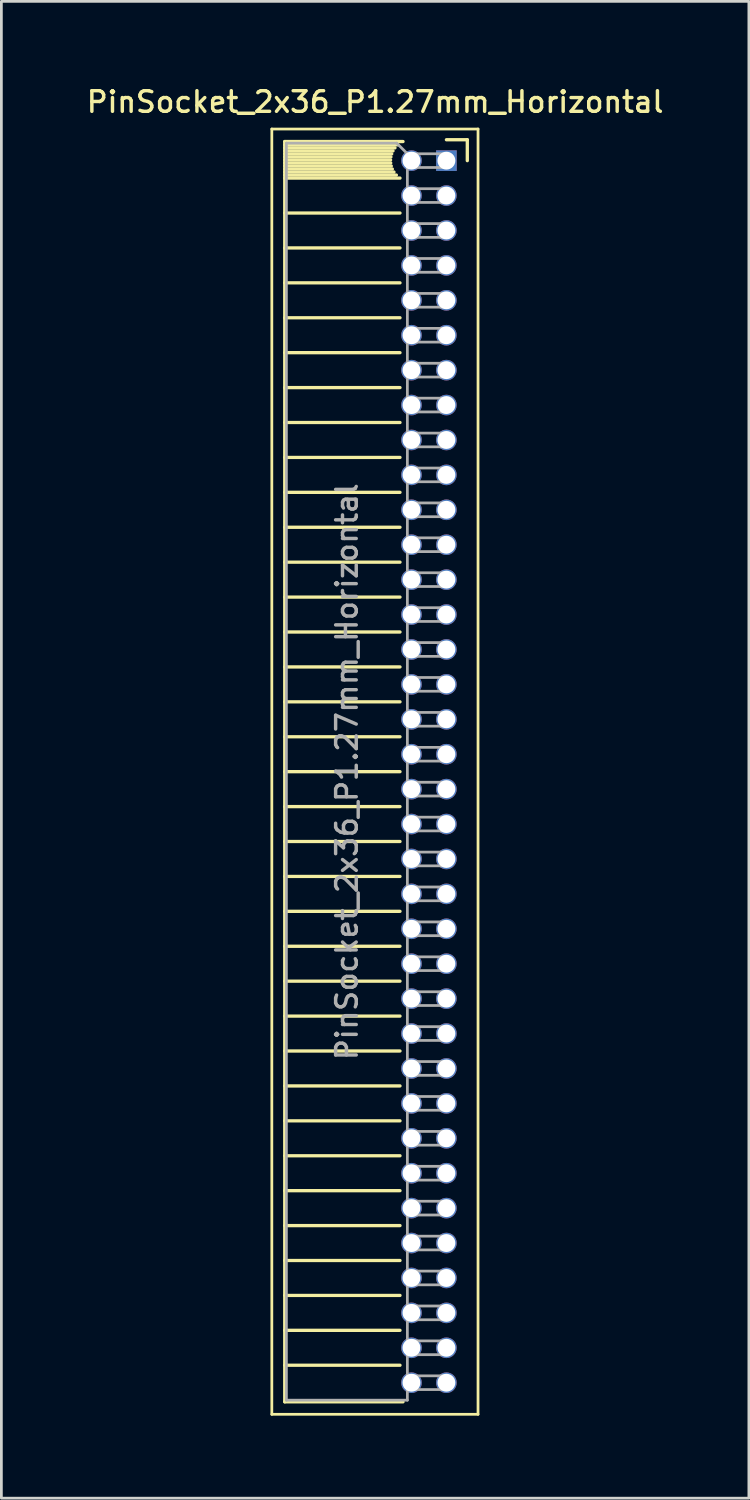
<source format=kicad_pcb>
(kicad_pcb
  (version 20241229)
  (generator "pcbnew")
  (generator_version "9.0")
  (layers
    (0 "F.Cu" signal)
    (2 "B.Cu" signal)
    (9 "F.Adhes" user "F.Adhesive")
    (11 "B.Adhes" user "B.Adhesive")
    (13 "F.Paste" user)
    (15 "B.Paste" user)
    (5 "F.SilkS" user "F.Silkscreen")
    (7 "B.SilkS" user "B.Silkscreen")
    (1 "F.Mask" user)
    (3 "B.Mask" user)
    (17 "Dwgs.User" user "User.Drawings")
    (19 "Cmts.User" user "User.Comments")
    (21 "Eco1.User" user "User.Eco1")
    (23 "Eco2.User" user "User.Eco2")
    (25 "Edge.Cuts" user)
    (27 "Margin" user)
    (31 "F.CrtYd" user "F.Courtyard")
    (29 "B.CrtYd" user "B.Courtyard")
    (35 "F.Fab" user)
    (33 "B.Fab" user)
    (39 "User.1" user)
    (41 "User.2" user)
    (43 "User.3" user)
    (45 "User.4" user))
  (footprint "PinSocket_2x36_P1.27mm_Horizontal"
    (layer "F.Cu")
    (at 13.187 2.793)
    (property "Reference" "PinSocket_2x36_P1.27mm_Horizontal" (at -2.592 -2.135 0) (layer "F.SilkS") (effects (font (size 0.75 0.75) (thickness 0.125))))
    (attr through_hole)
    (fp_line (start -6.35 -1.15) (end -6.35 45.6) (stroke (width 0.1) (type solid)) (layer "F.SilkS"))
    (fp_line (start -6.35 45.6) (end 1.15 45.6) (stroke (width 0.1) (type solid)) (layer "F.SilkS"))
    (fp_line (start -5.88 -0.695) (end -5.88 45.145) (stroke (width 0.12) (type solid)) (layer "F.SilkS"))
    (fp_line (start -5.88 -0.695) (end -1.578 -0.695) (stroke (width 0.12) (type solid)) (layer "F.SilkS"))
    (fp_line (start -5.88 -0.575) (end -1.767 -0.575) (stroke (width 0.12) (type solid)) (layer "F.SilkS"))
    (fp_line (start -5.88 -0.465) (end -1.871 -0.465) (stroke (width 0.12) (type solid)) (layer "F.SilkS"))
    (fp_line (start -5.88 -0.355) (end -1.942 -0.355) (stroke (width 0.12) (type solid)) (layer "F.SilkS"))
    (fp_line (start -5.88 -0.245) (end -1.989 -0.245) (stroke (width 0.12) (type solid)) (layer "F.SilkS"))
    (fp_line (start -5.88 -0.135) (end -2.018 -0.135) (stroke (width 0.12) (type solid)) (layer "F.SilkS"))
    (fp_line (start -5.88 -0.025) (end -2.03 -0.025) (stroke (width 0.12) (type solid)) (layer "F.SilkS"))
    (fp_line (start -5.88 0.085) (end -2.025 0.085) (stroke (width 0.12) (type solid)) (layer "F.SilkS"))
    (fp_line (start -5.88 0.195) (end -2.005 0.195) (stroke (width 0.12) (type solid)) (layer "F.SilkS"))
    (fp_line (start -5.88 0.305) (end -1.966 0.305) (stroke (width 0.12) (type solid)) (layer "F.SilkS"))
    (fp_line (start -5.88 0.415) (end -1.907 0.415) (stroke (width 0.12) (type solid)) (layer "F.SilkS"))
    (fp_line (start -5.88 0.525) (end -1.82 0.525) (stroke (width 0.12) (type solid)) (layer "F.SilkS"))
    (fp_line (start -5.88 0.635) (end -1.688 0.635) (stroke (width 0.12) (type solid)) (layer "F.SilkS"))
    (fp_line (start -5.88 1.905) (end -1.688 1.905) (stroke (width 0.12) (type solid)) (layer "F.SilkS"))
    (fp_line (start -5.88 3.175) (end -1.688 3.175) (stroke (width 0.12) (type solid)) (layer "F.SilkS"))
    (fp_line (start -5.88 4.445) (end -1.688 4.445) (stroke (width 0.12) (type solid)) (layer "F.SilkS"))
    (fp_line (start -5.88 5.715) (end -1.688 5.715) (stroke (width 0.12) (type solid)) (layer "F.SilkS"))
    (fp_line (start -5.88 6.985) (end -1.688 6.985) (stroke (width 0.12) (type solid)) (layer "F.SilkS"))
    (fp_line (start -5.88 8.255) (end -1.688 8.255) (stroke (width 0.12) (type solid)) (layer "F.SilkS"))
    (fp_line (start -5.88 9.525) (end -1.688 9.525) (stroke (width 0.12) (type solid)) (layer "F.SilkS"))
    (fp_line (start -5.88 10.795) (end -1.688 10.795) (stroke (width 0.12) (type solid)) (layer "F.SilkS"))
    (fp_line (start -5.88 12.065) (end -1.688 12.065) (stroke (width 0.12) (type solid)) (layer "F.SilkS"))
    (fp_line (start -5.88 13.335) (end -1.688 13.335) (stroke (width 0.12) (type solid)) (layer "F.SilkS"))
    (fp_line (start -5.88 14.605) (end -1.688 14.605) (stroke (width 0.12) (type solid)) (layer "F.SilkS"))
    (fp_line (start -5.88 15.875) (end -1.688 15.875) (stroke (width 0.12) (type solid)) (layer "F.SilkS"))
    (fp_line (start -5.88 17.145) (end -1.688 17.145) (stroke (width 0.12) (type solid)) (layer "F.SilkS"))
    (fp_line (start -5.88 18.415) (end -1.688 18.415) (stroke (width 0.12) (type solid)) (layer "F.SilkS"))
    (fp_line (start -5.88 19.685) (end -1.688 19.685) (stroke (width 0.12) (type solid)) (layer "F.SilkS"))
    (fp_line (start -5.88 20.955) (end -1.688 20.955) (stroke (width 0.12) (type solid)) (layer "F.SilkS"))
    (fp_line (start -5.88 22.225) (end -1.688 22.225) (stroke (width 0.12) (type solid)) (layer "F.SilkS"))
    (fp_line (start -5.88 23.495) (end -1.688 23.495) (stroke (width 0.12) (type solid)) (layer "F.SilkS"))
    (fp_line (start -5.88 24.765) (end -1.688 24.765) (stroke (width 0.12) (type solid)) (layer "F.SilkS"))
    (fp_line (start -5.88 26.035) (end -1.688 26.035) (stroke (width 0.12) (type solid)) (layer "F.SilkS"))
    (fp_line (start -5.88 27.305) (end -1.688 27.305) (stroke (width 0.12) (type solid)) (layer "F.SilkS"))
    (fp_line (start -5.88 28.575) (end -1.688 28.575) (stroke (width 0.12) (type solid)) (layer "F.SilkS"))
    (fp_line (start -5.88 29.845) (end -1.688 29.845) (stroke (width 0.12) (type solid)) (layer "F.SilkS"))
    (fp_line (start -5.88 31.115) (end -1.688 31.115) (stroke (width 0.12) (type solid)) (layer "F.SilkS"))
    (fp_line (start -5.88 32.385) (end -1.688 32.385) (stroke (width 0.12) (type solid)) (layer "F.SilkS"))
    (fp_line (start -5.88 33.655) (end -1.688 33.655) (stroke (width 0.12) (type solid)) (layer "F.SilkS"))
    (fp_line (start -5.88 34.925) (end -1.688 34.925) (stroke (width 0.12) (type solid)) (layer "F.SilkS"))
    (fp_line (start -5.88 36.195) (end -1.688 36.195) (stroke (width 0.12) (type solid)) (layer "F.SilkS"))
    (fp_line (start -5.88 37.465) (end -1.688 37.465) (stroke (width 0.12) (type solid)) (layer "F.SilkS"))
    (fp_line (start -5.88 38.735) (end -1.688 38.735) (stroke (width 0.12) (type solid)) (layer "F.SilkS"))
    (fp_line (start -5.88 40.005) (end -1.688 40.005) (stroke (width 0.12) (type solid)) (layer "F.SilkS"))
    (fp_line (start -5.88 41.275) (end -1.688 41.275) (stroke (width 0.12) (type solid)) (layer "F.SilkS"))
    (fp_line (start -5.88 42.545) (end -1.688 42.545) (stroke (width 0.12) (type solid)) (layer "F.SilkS"))
    (fp_line (start -5.88 43.815) (end -1.688 43.815) (stroke (width 0.12) (type solid)) (layer "F.SilkS"))
    (fp_line (start -5.88 45.145) (end -1.578 45.145) (stroke (width 0.12) (type solid)) (layer "F.SilkS"))
    (fp_line (start 0 -0.76) (end 0.76 -0.76) (stroke (width 0.12) (type solid)) (layer "F.SilkS"))
    (fp_line (start 0.76 -0.76) (end 0.76 0) (stroke (width 0.12) (type solid)) (layer "F.SilkS"))
    (fp_line (start 1.15 -1.15) (end -6.35 -1.15) (stroke (width 0.1) (type solid)) (layer "F.SilkS"))
    (fp_line (start 1.15 45.6) (end 1.15 -1.15) (stroke (width 0.1) (type solid)) (layer "F.SilkS"))
    (fp_line (start -5.82 -0.635) (end -1.805 -0.635) (stroke (width 0.1) (type solid)) (layer "F.Fab"))
    (fp_line (start -5.82 45.085) (end -5.82 -0.635) (stroke (width 0.1) (type solid)) (layer "F.Fab"))
    (fp_line (start -1.805 -0.635) (end -1.42 -0.25) (stroke (width 0.1) (type solid)) (layer "F.Fab"))
    (fp_line (start -1.42 -0.25) (end -1.42 45.085) (stroke (width 0.1) (type solid)) (layer "F.Fab"))
    (fp_line (start -1.42 0.25) (end 0 0.25) (stroke (width 0.1) (type solid)) (layer "F.Fab"))
    (fp_line (start -1.42 1.52) (end 0 1.52) (stroke (width 0.1) (type solid)) (layer "F.Fab"))
    (fp_line (start -1.42 2.79) (end 0 2.79) (stroke (width 0.1) (type solid)) (layer "F.Fab"))
    (fp_line (start -1.42 4.06) (end 0 4.06) (stroke (width 0.1) (type solid)) (layer "F.Fab"))
    (fp_line (start -1.42 5.33) (end 0 5.33) (stroke (width 0.1) (type solid)) (layer "F.Fab"))
    (fp_line (start -1.42 6.6) (end 0 6.6) (stroke (width 0.1) (type solid)) (layer "F.Fab"))
    (fp_line (start -1.42 7.87) (end 0 7.87) (stroke (width 0.1) (type solid)) (layer "F.Fab"))
    (fp_line (start -1.42 9.14) (end 0 9.14) (stroke (width 0.1) (type solid)) (layer "F.Fab"))
    (fp_line (start -1.42 10.41) (end 0 10.41) (stroke (width 0.1) (type solid)) (layer "F.Fab"))
    (fp_line (start -1.42 11.68) (end 0 11.68) (stroke (width 0.1) (type solid)) (layer "F.Fab"))
    (fp_line (start -1.42 12.95) (end 0 12.95) (stroke (width 0.1) (type solid)) (layer "F.Fab"))
    (fp_line (start -1.42 14.22) (end 0 14.22) (stroke (width 0.1) (type solid)) (layer "F.Fab"))
    (fp_line (start -1.42 15.49) (end 0 15.49) (stroke (width 0.1) (type solid)) (layer "F.Fab"))
    (fp_line (start -1.42 16.76) (end 0 16.76) (stroke (width 0.1) (type solid)) (layer "F.Fab"))
    (fp_line (start -1.42 18.03) (end 0 18.03) (stroke (width 0.1) (type solid)) (layer "F.Fab"))
    (fp_line (start -1.42 19.3) (end 0 19.3) (stroke (width 0.1) (type solid)) (layer "F.Fab"))
    (fp_line (start -1.42 20.57) (end 0 20.57) (stroke (width 0.1) (type solid)) (layer "F.Fab"))
    (fp_line (start -1.42 21.84) (end 0 21.84) (stroke (width 0.1) (type solid)) (layer "F.Fab"))
    (fp_line (start -1.42 23.11) (end 0 23.11) (stroke (width 0.1) (type solid)) (layer "F.Fab"))
    (fp_line (start -1.42 24.38) (end 0 24.38) (stroke (width 0.1) (type solid)) (layer "F.Fab"))
    (fp_line (start -1.42 25.65) (end 0 25.65) (stroke (width 0.1) (type solid)) (layer "F.Fab"))
    (fp_line (start -1.42 26.92) (end 0 26.92) (stroke (width 0.1) (type solid)) (layer "F.Fab"))
    (fp_line (start -1.42 28.19) (end 0 28.19) (stroke (width 0.1) (type solid)) (layer "F.Fab"))
    (fp_line (start -1.42 29.46) (end 0 29.46) (stroke (width 0.1) (type solid)) (layer "F.Fab"))
    (fp_line (start -1.42 30.73) (end 0 30.73) (stroke (width 0.1) (type solid)) (layer "F.Fab"))
    (fp_line (start -1.42 32) (end 0 32) (stroke (width 0.1) (type solid)) (layer "F.Fab"))
    (fp_line (start -1.42 33.27) (end 0 33.27) (stroke (width 0.1) (type solid)) (layer "F.Fab"))
    (fp_line (start -1.42 34.54) (end 0 34.54) (stroke (width 0.1) (type solid)) (layer "F.Fab"))
    (fp_line (start -1.42 35.81) (end 0 35.81) (stroke (width 0.1) (type solid)) (layer "F.Fab"))
    (fp_line (start -1.42 37.08) (end 0 37.08) (stroke (width 0.1) (type solid)) (layer "F.Fab"))
    (fp_line (start -1.42 38.35) (end 0 38.35) (stroke (width 0.1) (type solid)) (layer "F.Fab"))
    (fp_line (start -1.42 39.62) (end 0 39.62) (stroke (width 0.1) (type solid)) (layer "F.Fab"))
    (fp_line (start -1.42 40.89) (end 0 40.89) (stroke (width 0.1) (type solid)) (layer "F.Fab"))
    (fp_line (start -1.42 42.16) (end 0 42.16) (stroke (width 0.1) (type solid)) (layer "F.Fab"))
    (fp_line (start -1.42 43.43) (end 0 43.43) (stroke (width 0.1) (type solid)) (layer "F.Fab"))
    (fp_line (start -1.42 44.7) (end 0 44.7) (stroke (width 0.1) (type solid)) (layer "F.Fab"))
    (fp_line (start -1.42 45.085) (end -5.82 45.085) (stroke (width 0.1) (type solid)) (layer "F.Fab"))
    (fp_line (start 0 -0.25) (end -1.42 -0.25) (stroke (width 0.1) (type solid)) (layer "F.Fab"))
    (fp_line (start 0 0.25) (end 0 -0.25) (stroke (width 0.1) (type solid)) (layer "F.Fab"))
    (fp_line (start 0 1.02) (end -1.42 1.02) (stroke (width 0.1) (type solid)) (layer "F.Fab"))
    (fp_line (start 0 1.52) (end 0 1.02) (stroke (width 0.1) (type solid)) (layer "F.Fab"))
    (fp_line (start 0 2.29) (end -1.42 2.29) (stroke (width 0.1) (type solid)) (layer "F.Fab"))
    (fp_line (start 0 2.79) (end 0 2.29) (stroke (width 0.1) (type solid)) (layer "F.Fab"))
    (fp_line (start 0 3.56) (end -1.42 3.56) (stroke (width 0.1) (type solid)) (layer "F.Fab"))
    (fp_line (start 0 4.06) (end 0 3.56) (stroke (width 0.1) (type solid)) (layer "F.Fab"))
    (fp_line (start 0 4.83) (end -1.42 4.83) (stroke (width 0.1) (type solid)) (layer "F.Fab"))
    (fp_line (start 0 5.33) (end 0 4.83) (stroke (width 0.1) (type solid)) (layer "F.Fab"))
    (fp_line (start 0 6.1) (end -1.42 6.1) (stroke (width 0.1) (type solid)) (layer "F.Fab"))
    (fp_line (start 0 6.6) (end 0 6.1) (stroke (width 0.1) (type solid)) (layer "F.Fab"))
    (fp_line (start 0 7.37) (end -1.42 7.37) (stroke (width 0.1) (type solid)) (layer "F.Fab"))
    (fp_line (start 0 7.87) (end 0 7.37) (stroke (width 0.1) (type solid)) (layer "F.Fab"))
    (fp_line (start 0 8.64) (end -1.42 8.64) (stroke (width 0.1) (type solid)) (layer "F.Fab"))
    (fp_line (start 0 9.14) (end 0 8.64) (stroke (width 0.1) (type solid)) (layer "F.Fab"))
    (fp_line (start 0 9.91) (end -1.42 9.91) (stroke (width 0.1) (type solid)) (layer "F.Fab"))
    (fp_line (start 0 10.41) (end 0 9.91) (stroke (width 0.1) (type solid)) (layer "F.Fab"))
    (fp_line (start 0 11.18) (end -1.42 11.18) (stroke (width 0.1) (type solid)) (layer "F.Fab"))
    (fp_line (start 0 11.68) (end 0 11.18) (stroke (width 0.1) (type solid)) (layer "F.Fab"))
    (fp_line (start 0 12.45) (end -1.42 12.45) (stroke (width 0.1) (type solid)) (layer "F.Fab"))
    (fp_line (start 0 12.95) (end 0 12.45) (stroke (width 0.1) (type solid)) (layer "F.Fab"))
    (fp_line (start 0 13.72) (end -1.42 13.72) (stroke (width 0.1) (type solid)) (layer "F.Fab"))
    (fp_line (start 0 14.22) (end 0 13.72) (stroke (width 0.1) (type solid)) (layer "F.Fab"))
    (fp_line (start 0 14.99) (end -1.42 14.99) (stroke (width 0.1) (type solid)) (layer "F.Fab"))
    (fp_line (start 0 15.49) (end 0 14.99) (stroke (width 0.1) (type solid)) (layer "F.Fab"))
    (fp_line (start 0 16.26) (end -1.42 16.26) (stroke (width 0.1) (type solid)) (layer "F.Fab"))
    (fp_line (start 0 16.76) (end 0 16.26) (stroke (width 0.1) (type solid)) (layer "F.Fab"))
    (fp_line (start 0 17.53) (end -1.42 17.53) (stroke (width 0.1) (type solid)) (layer "F.Fab"))
    (fp_line (start 0 18.03) (end 0 17.53) (stroke (width 0.1) (type solid)) (layer "F.Fab"))
    (fp_line (start 0 18.8) (end -1.42 18.8) (stroke (width 0.1) (type solid)) (layer "F.Fab"))
    (fp_line (start 0 19.3) (end 0 18.8) (stroke (width 0.1) (type solid)) (layer "F.Fab"))
    (fp_line (start 0 20.07) (end -1.42 20.07) (stroke (width 0.1) (type solid)) (layer "F.Fab"))
    (fp_line (start 0 20.57) (end 0 20.07) (stroke (width 0.1) (type solid)) (layer "F.Fab"))
    (fp_line (start 0 21.34) (end -1.42 21.34) (stroke (width 0.1) (type solid)) (layer "F.Fab"))
    (fp_line (start 0 21.84) (end 0 21.34) (stroke (width 0.1) (type solid)) (layer "F.Fab"))
    (fp_line (start 0 22.61) (end -1.42 22.61) (stroke (width 0.1) (type solid)) (layer "F.Fab"))
    (fp_line (start 0 23.11) (end 0 22.61) (stroke (width 0.1) (type solid)) (layer "F.Fab"))
    (fp_line (start 0 23.88) (end -1.42 23.88) (stroke (width 0.1) (type solid)) (layer "F.Fab"))
    (fp_line (start 0 24.38) (end 0 23.88) (stroke (width 0.1) (type solid)) (layer "F.Fab"))
    (fp_line (start 0 25.15) (end -1.42 25.15) (stroke (width 0.1) (type solid)) (layer "F.Fab"))
    (fp_line (start 0 25.65) (end 0 25.15) (stroke (width 0.1) (type solid)) (layer "F.Fab"))
    (fp_line (start 0 26.42) (end -1.42 26.42) (stroke (width 0.1) (type solid)) (layer "F.Fab"))
    (fp_line (start 0 26.92) (end 0 26.42) (stroke (width 0.1) (type solid)) (layer "F.Fab"))
    (fp_line (start 0 27.69) (end -1.42 27.69) (stroke (width 0.1) (type solid)) (layer "F.Fab"))
    (fp_line (start 0 28.19) (end 0 27.69) (stroke (width 0.1) (type solid)) (layer "F.Fab"))
    (fp_line (start 0 28.96) (end -1.42 28.96) (stroke (width 0.1) (type solid)) (layer "F.Fab"))
    (fp_line (start 0 29.46) (end 0 28.96) (stroke (width 0.1) (type solid)) (layer "F.Fab"))
    (fp_line (start 0 30.23) (end -1.42 30.23) (stroke (width 0.1) (type solid)) (layer "F.Fab"))
    (fp_line (start 0 30.73) (end 0 30.23) (stroke (width 0.1) (type solid)) (layer "F.Fab"))
    (fp_line (start 0 31.5) (end -1.42 31.5) (stroke (width 0.1) (type solid)) (layer "F.Fab"))
    (fp_line (start 0 32) (end 0 31.5) (stroke (width 0.1) (type solid)) (layer "F.Fab"))
    (fp_line (start 0 32.77) (end -1.42 32.77) (stroke (width 0.1) (type solid)) (layer "F.Fab"))
    (fp_line (start 0 33.27) (end 0 32.77) (stroke (width 0.1) (type solid)) (layer "F.Fab"))
    (fp_line (start 0 34.04) (end -1.42 34.04) (stroke (width 0.1) (type solid)) (layer "F.Fab"))
    (fp_line (start 0 34.54) (end 0 34.04) (stroke (width 0.1) (type solid)) (layer "F.Fab"))
    (fp_line (start 0 35.31) (end -1.42 35.31) (stroke (width 0.1) (type solid)) (layer "F.Fab"))
    (fp_line (start 0 35.81) (end 0 35.31) (stroke (width 0.1) (type solid)) (layer "F.Fab"))
    (fp_line (start 0 36.58) (end -1.42 36.58) (stroke (width 0.1) (type solid)) (layer "F.Fab"))
    (fp_line (start 0 37.08) (end 0 36.58) (stroke (width 0.1) (type solid)) (layer "F.Fab"))
    (fp_line (start 0 37.85) (end -1.42 37.85) (stroke (width 0.1) (type solid)) (layer "F.Fab"))
    (fp_line (start 0 38.35) (end 0 37.85) (stroke (width 0.1) (type solid)) (layer "F.Fab"))
    (fp_line (start 0 39.12) (end -1.42 39.12) (stroke (width 0.1) (type solid)) (layer "F.Fab"))
    (fp_line (start 0 39.62) (end 0 39.12) (stroke (width 0.1) (type solid)) (layer "F.Fab"))
    (fp_line (start 0 40.39) (end -1.42 40.39) (stroke (width 0.1) (type solid)) (layer "F.Fab"))
    (fp_line (start 0 40.89) (end 0 40.39) (stroke (width 0.1) (type solid)) (layer "F.Fab"))
    (fp_line (start 0 41.66) (end -1.42 41.66) (stroke (width 0.1) (type solid)) (layer "F.Fab"))
    (fp_line (start 0 42.16) (end 0 41.66) (stroke (width 0.1) (type solid)) (layer "F.Fab"))
    (fp_line (start 0 42.93) (end -1.42 42.93) (stroke (width 0.1) (type solid)) (layer "F.Fab"))
    (fp_line (start 0 43.43) (end 0 42.93) (stroke (width 0.1) (type solid)) (layer "F.Fab"))
    (fp_line (start 0 44.2) (end -1.42 44.2) (stroke (width 0.1) (type solid)) (layer "F.Fab"))
    (fp_line (start 0 44.7) (end 0 44.2) (stroke (width 0.1) (type solid)) (layer "F.Fab"))
    (fp_text user "${REFERENCE}" (at -3.62 22.225 90) (layer "F.Fab") (effects (font (size 0.75 0.75) (thickness 0.125))))
    (pad "1" thru_hole rect (at 0 0) (size 0.75 0.75) (drill 0.65) (layers "*.Cu" "*.Mask"))
    (pad "2" thru_hole oval (at -1.27 0) (size 0.75 0.75) (drill 0.65) (layers "*.Cu" "*.Mask"))
    (pad "3" thru_hole oval (at 0 1.27) (size 0.75 0.75) (drill 0.65) (layers "*.Cu" "*.Mask"))
    (pad "4" thru_hole oval (at -1.27 1.27) (size 0.75 0.75) (drill 0.65) (layers "*.Cu" "*.Mask"))
    (pad "5" thru_hole oval (at 0 2.54) (size 0.75 0.75) (drill 0.65) (layers "*.Cu" "*.Mask"))
    (pad "6" thru_hole oval (at -1.27 2.54) (size 0.75 0.75) (drill 0.65) (layers "*.Cu" "*.Mask"))
    (pad "7" thru_hole oval (at 0 3.81) (size 0.75 0.75) (drill 0.65) (layers "*.Cu" "*.Mask"))
    (pad "8" thru_hole oval (at -1.27 3.81) (size 0.75 0.75) (drill 0.65) (layers "*.Cu" "*.Mask"))
    (pad "9" thru_hole oval (at 0 5.08) (size 0.75 0.75) (drill 0.65) (layers "*.Cu" "*.Mask"))
    (pad "10" thru_hole oval (at -1.27 5.08) (size 0.75 0.75) (drill 0.65) (layers "*.Cu" "*.Mask"))
    (pad "11" thru_hole oval (at 0 6.35) (size 0.75 0.75) (drill 0.65) (layers "*.Cu" "*.Mask"))
    (pad "12" thru_hole oval (at -1.27 6.35) (size 0.75 0.75) (drill 0.65) (layers "*.Cu" "*.Mask"))
    (pad "13" thru_hole oval (at 0 7.62) (size 0.75 0.75) (drill 0.65) (layers "*.Cu" "*.Mask"))
    (pad "14" thru_hole oval (at -1.27 7.62) (size 0.75 0.75) (drill 0.65) (layers "*.Cu" "*.Mask"))
    (pad "15" thru_hole oval (at 0 8.89) (size 0.75 0.75) (drill 0.65) (layers "*.Cu" "*.Mask"))
    (pad "16" thru_hole oval (at -1.27 8.89) (size 0.75 0.75) (drill 0.65) (layers "*.Cu" "*.Mask"))
    (pad "17" thru_hole oval (at 0 10.16) (size 0.75 0.75) (drill 0.65) (layers "*.Cu" "*.Mask"))
    (pad "18" thru_hole oval (at -1.27 10.16) (size 0.75 0.75) (drill 0.65) (layers "*.Cu" "*.Mask"))
    (pad "19" thru_hole oval (at 0 11.43) (size 0.75 0.75) (drill 0.65) (layers "*.Cu" "*.Mask"))
    (pad "20" thru_hole oval (at -1.27 11.43) (size 0.75 0.75) (drill 0.65) (layers "*.Cu" "*.Mask"))
    (pad "21" thru_hole oval (at 0 12.7) (size 0.75 0.75) (drill 0.65) (layers "*.Cu" "*.Mask"))
    (pad "22" thru_hole oval (at -1.27 12.7) (size 0.75 0.75) (drill 0.65) (layers "*.Cu" "*.Mask"))
    (pad "23" thru_hole oval (at 0 13.97) (size 0.75 0.75) (drill 0.65) (layers "*.Cu" "*.Mask"))
    (pad "24" thru_hole oval (at -1.27 13.97) (size 0.75 0.75) (drill 0.65) (layers "*.Cu" "*.Mask"))
    (pad "25" thru_hole oval (at 0 15.24) (size 0.75 0.75) (drill 0.65) (layers "*.Cu" "*.Mask"))
    (pad "26" thru_hole oval (at -1.27 15.24) (size 0.75 0.75) (drill 0.65) (layers "*.Cu" "*.Mask"))
    (pad "27" thru_hole oval (at 0 16.51) (size 0.75 0.75) (drill 0.65) (layers "*.Cu" "*.Mask"))
    (pad "28" thru_hole oval (at -1.27 16.51) (size 0.75 0.75) (drill 0.65) (layers "*.Cu" "*.Mask"))
    (pad "29" thru_hole oval (at 0 17.78) (size 0.75 0.75) (drill 0.65) (layers "*.Cu" "*.Mask"))
    (pad "30" thru_hole oval (at -1.27 17.78) (size 0.75 0.75) (drill 0.65) (layers "*.Cu" "*.Mask"))
    (pad "31" thru_hole oval (at 0 19.05) (size 0.75 0.75) (drill 0.65) (layers "*.Cu" "*.Mask"))
    (pad "32" thru_hole oval (at -1.27 19.05) (size 0.75 0.75) (drill 0.65) (layers "*.Cu" "*.Mask"))
    (pad "33" thru_hole oval (at 0 20.32) (size 0.75 0.75) (drill 0.65) (layers "*.Cu" "*.Mask"))
    (pad "34" thru_hole oval (at -1.27 20.32) (size 0.75 0.75) (drill 0.65) (layers "*.Cu" "*.Mask"))
    (pad "35" thru_hole oval (at 0 21.59) (size 0.75 0.75) (drill 0.65) (layers "*.Cu" "*.Mask"))
    (pad "36" thru_hole oval (at -1.27 21.59) (size 0.75 0.75) (drill 0.65) (layers "*.Cu" "*.Mask"))
    (pad "37" thru_hole oval (at 0 22.86) (size 0.75 0.75) (drill 0.65) (layers "*.Cu" "*.Mask"))
    (pad "38" thru_hole oval (at -1.27 22.86) (size 0.75 0.75) (drill 0.65) (layers "*.Cu" "*.Mask"))
    (pad "39" thru_hole oval (at 0 24.13) (size 0.75 0.75) (drill 0.65) (layers "*.Cu" "*.Mask"))
    (pad "40" thru_hole oval (at -1.27 24.13) (size 0.75 0.75) (drill 0.65) (layers "*.Cu" "*.Mask"))
    (pad "41" thru_hole oval (at 0 25.4) (size 0.75 0.75) (drill 0.65) (layers "*.Cu" "*.Mask"))
    (pad "42" thru_hole oval (at -1.27 25.4) (size 0.75 0.75) (drill 0.65) (layers "*.Cu" "*.Mask"))
    (pad "43" thru_hole oval (at 0 26.67) (size 0.75 0.75) (drill 0.65) (layers "*.Cu" "*.Mask"))
    (pad "44" thru_hole oval (at -1.27 26.67) (size 0.75 0.75) (drill 0.65) (layers "*.Cu" "*.Mask"))
    (pad "45" thru_hole oval (at 0 27.94) (size 0.75 0.75) (drill 0.65) (layers "*.Cu" "*.Mask"))
    (pad "46" thru_hole oval (at -1.27 27.94) (size 0.75 0.75) (drill 0.65) (layers "*.Cu" "*.Mask"))
    (pad "47" thru_hole oval (at 0 29.21) (size 0.75 0.75) (drill 0.65) (layers "*.Cu" "*.Mask"))
    (pad "48" thru_hole oval (at -1.27 29.21) (size 0.75 0.75) (drill 0.65) (layers "*.Cu" "*.Mask"))
    (pad "49" thru_hole oval (at 0 30.48) (size 0.75 0.75) (drill 0.65) (layers "*.Cu" "*.Mask"))
    (pad "50" thru_hole oval (at -1.27 30.48) (size 0.75 0.75) (drill 0.65) (layers "*.Cu" "*.Mask"))
    (pad "51" thru_hole oval (at 0 31.75) (size 0.75 0.75) (drill 0.65) (layers "*.Cu" "*.Mask"))
    (pad "52" thru_hole oval (at -1.27 31.75) (size 0.75 0.75) (drill 0.65) (layers "*.Cu" "*.Mask"))
    (pad "53" thru_hole oval (at 0 33.02) (size 0.75 0.75) (drill 0.65) (layers "*.Cu" "*.Mask"))
    (pad "54" thru_hole oval (at -1.27 33.02) (size 0.75 0.75) (drill 0.65) (layers "*.Cu" "*.Mask"))
    (pad "55" thru_hole oval (at 0 34.29) (size 0.75 0.75) (drill 0.65) (layers "*.Cu" "*.Mask"))
    (pad "56" thru_hole oval (at -1.27 34.29) (size 0.75 0.75) (drill 0.65) (layers "*.Cu" "*.Mask"))
    (pad "57" thru_hole oval (at 0 35.56) (size 0.75 0.75) (drill 0.65) (layers "*.Cu" "*.Mask"))
    (pad "58" thru_hole oval (at -1.27 35.56) (size 0.75 0.75) (drill 0.65) (layers "*.Cu" "*.Mask"))
    (pad "59" thru_hole oval (at 0 36.83) (size 0.75 0.75) (drill 0.65) (layers "*.Cu" "*.Mask"))
    (pad "60" thru_hole oval (at -1.27 36.83) (size 0.75 0.75) (drill 0.65) (layers "*.Cu" "*.Mask"))
    (pad "61" thru_hole oval (at 0 38.1) (size 0.75 0.75) (drill 0.65) (layers "*.Cu" "*.Mask"))
    (pad "62" thru_hole oval (at -1.27 38.1) (size 0.75 0.75) (drill 0.65) (layers "*.Cu" "*.Mask"))
    (pad "63" thru_hole oval (at 0 39.37) (size 0.75 0.75) (drill 0.65) (layers "*.Cu" "*.Mask"))
    (pad "64" thru_hole oval (at -1.27 39.37) (size 0.75 0.75) (drill 0.65) (layers "*.Cu" "*.Mask"))
    (pad "65" thru_hole oval (at 0 40.64) (size 0.75 0.75) (drill 0.65) (layers "*.Cu" "*.Mask"))
    (pad "66" thru_hole oval (at -1.27 40.64) (size 0.75 0.75) (drill 0.65) (layers "*.Cu" "*.Mask"))
    (pad "67" thru_hole oval (at 0 41.91) (size 0.75 0.75) (drill 0.65) (layers "*.Cu" "*.Mask"))
    (pad "68" thru_hole oval (at -1.27 41.91) (size 0.75 0.75) (drill 0.65) (layers "*.Cu" "*.Mask"))
    (pad "69" thru_hole oval (at 0 43.18) (size 0.75 0.75) (drill 0.65) (layers "*.Cu" "*.Mask"))
    (pad "70" thru_hole oval (at -1.27 43.18) (size 0.75 0.75) (drill 0.65) (layers "*.Cu" "*.Mask"))
    (pad "71" thru_hole oval (at 0 44.45) (size 0.75 0.75) (drill 0.65) (layers "*.Cu" "*.Mask"))
    (pad "72" thru_hole oval (at -1.27 44.45) (size 0.75 0.75) (drill 0.65) (layers "*.Cu" "*.Mask")))
  (gr_rect
    (start -3 -3)
    (end 24.189 51.443)
    (stroke (width 0.1) (type default))
    (fill no)
    (layer "Edge.Cuts")))
</source>
